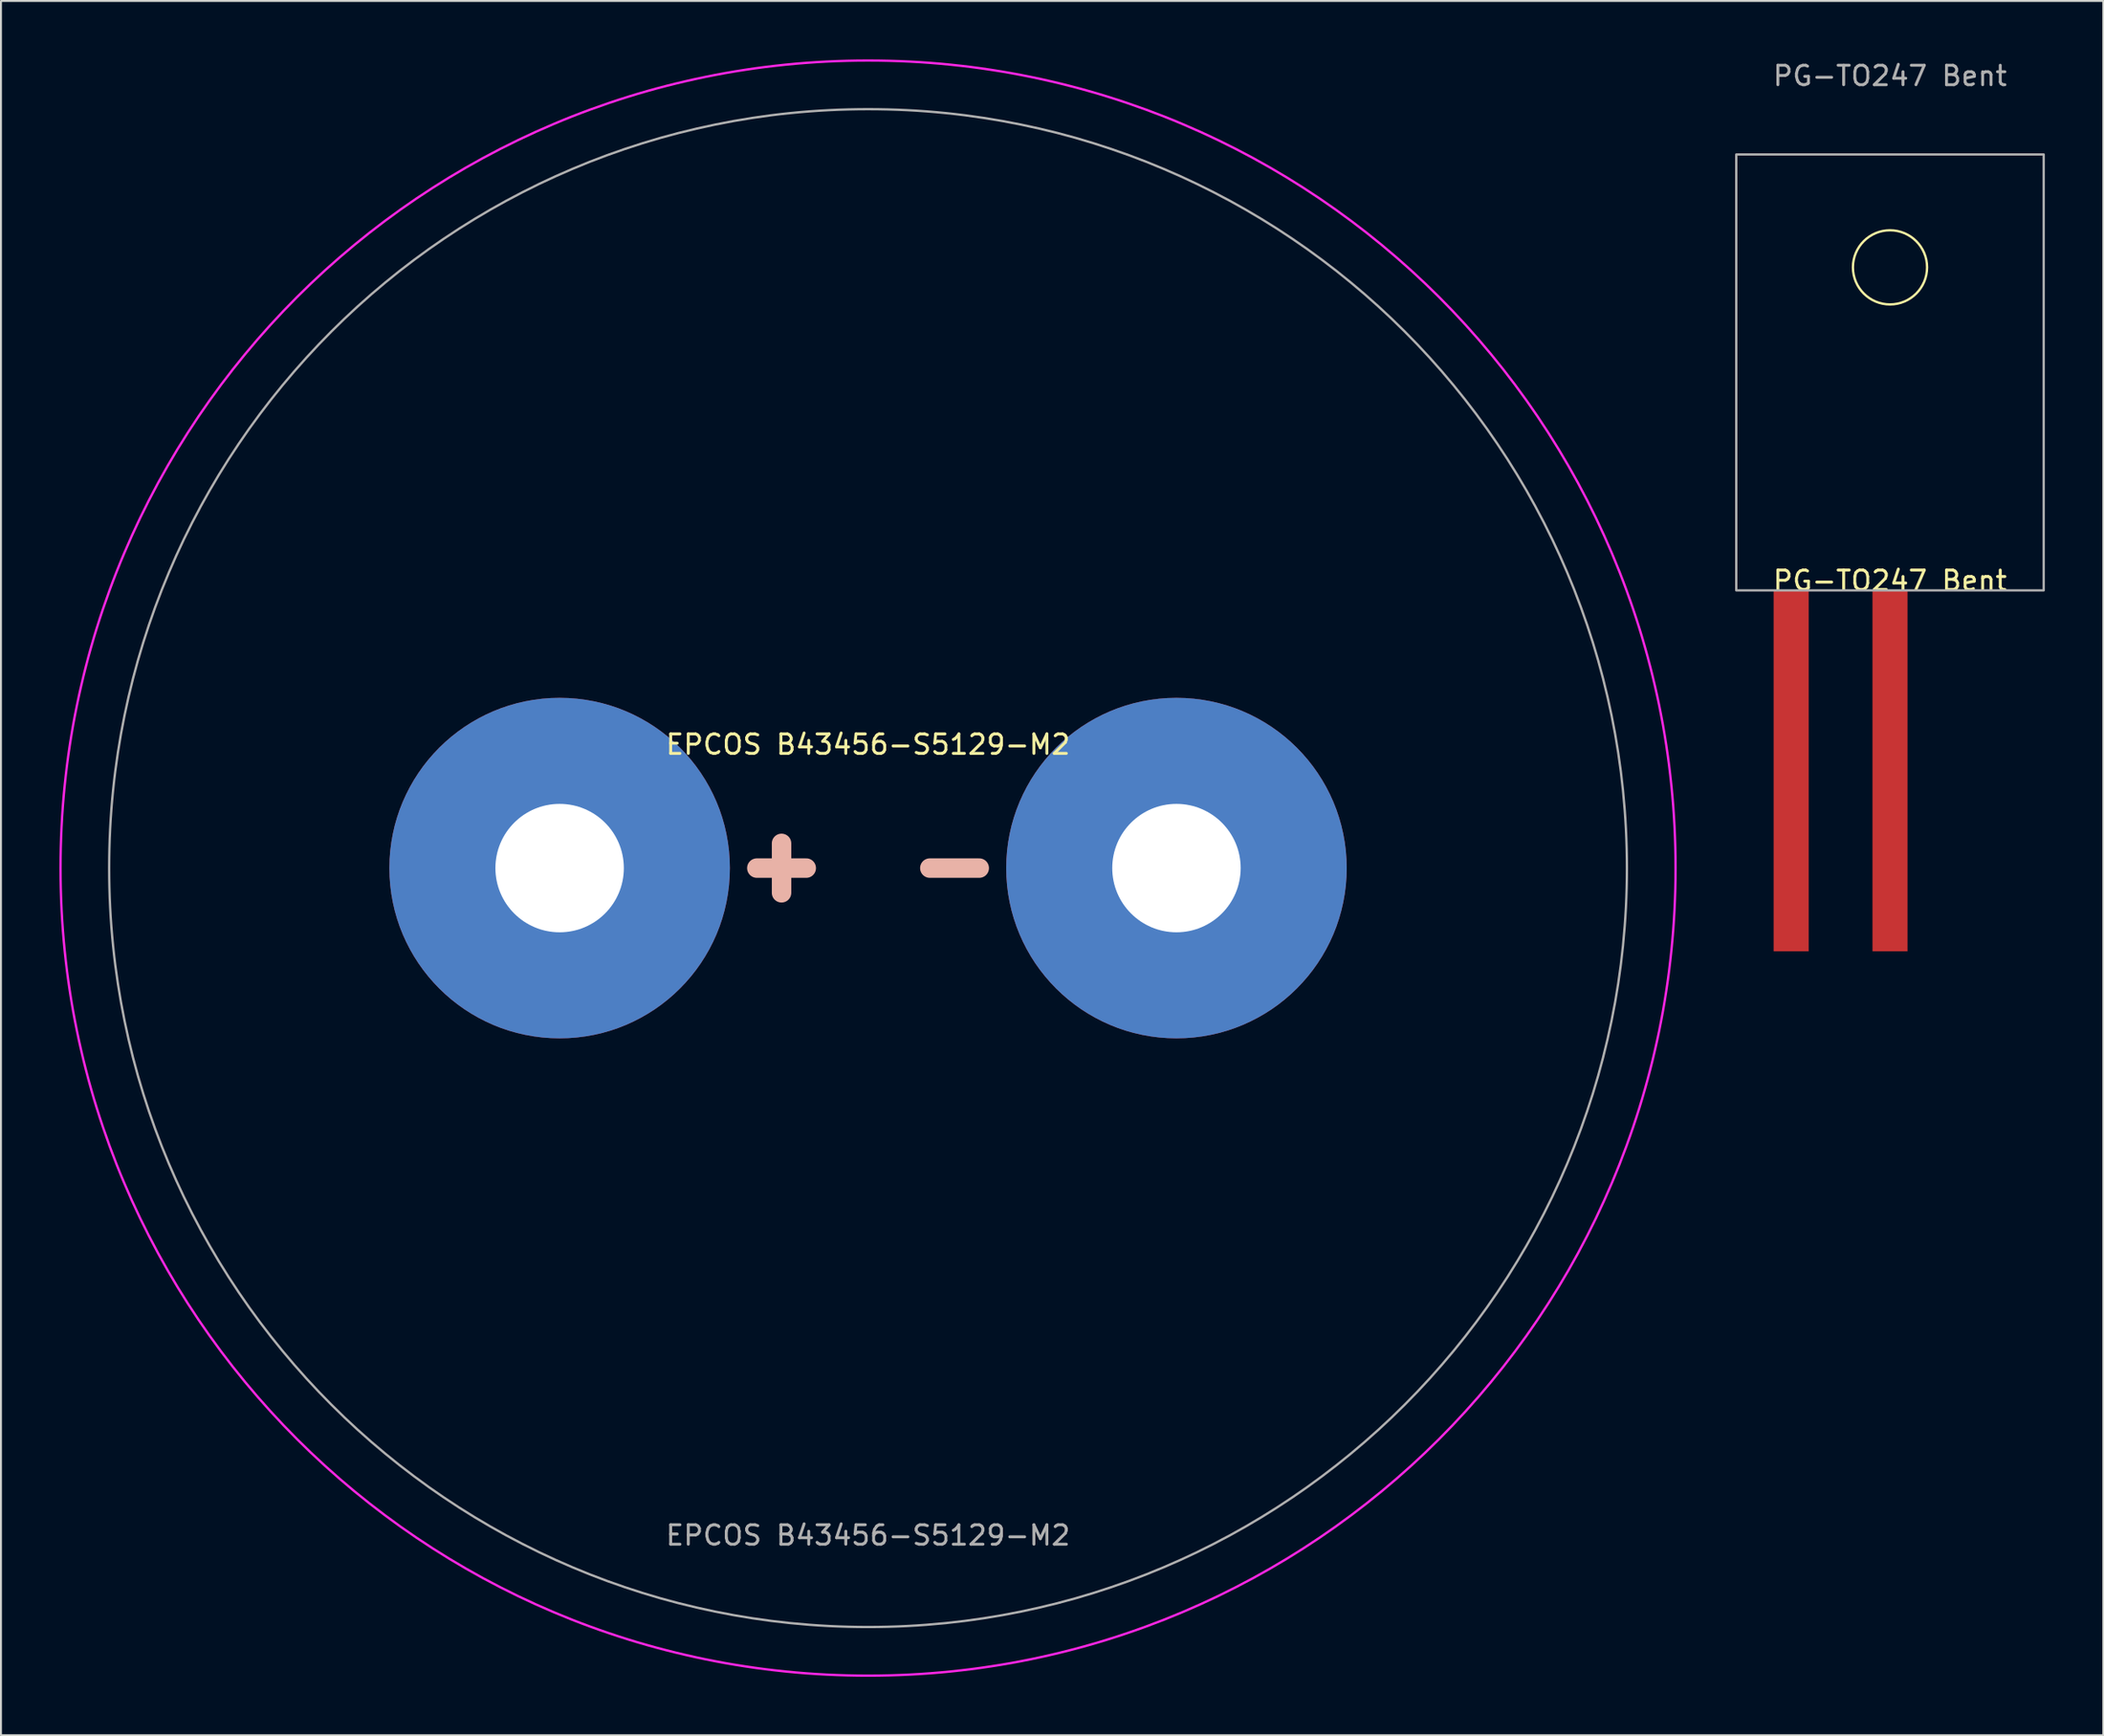
<source format=kicad_pcb>
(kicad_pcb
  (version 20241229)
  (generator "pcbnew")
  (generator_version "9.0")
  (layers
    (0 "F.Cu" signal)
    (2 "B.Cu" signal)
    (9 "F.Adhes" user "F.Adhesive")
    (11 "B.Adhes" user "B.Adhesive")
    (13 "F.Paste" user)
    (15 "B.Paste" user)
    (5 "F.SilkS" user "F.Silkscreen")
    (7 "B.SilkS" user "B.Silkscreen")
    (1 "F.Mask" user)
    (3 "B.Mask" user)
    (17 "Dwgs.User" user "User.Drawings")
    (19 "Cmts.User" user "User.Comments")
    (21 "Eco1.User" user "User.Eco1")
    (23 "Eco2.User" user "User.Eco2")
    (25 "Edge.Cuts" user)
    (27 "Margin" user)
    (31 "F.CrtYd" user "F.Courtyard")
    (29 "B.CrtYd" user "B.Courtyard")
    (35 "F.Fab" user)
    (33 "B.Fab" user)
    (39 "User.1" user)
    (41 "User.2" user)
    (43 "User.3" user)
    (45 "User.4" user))
  (footprint "PG-TO247 Bent"
    (layer "F.Cu")
    (at 94.08 27.288)
    (property "Reference" "PG-TO247 Bent" (at 0 -0.5 0) (unlocked yes) (layer "F.SilkS") (effects (font (size 1 1) (thickness 0.15))))
    (attr smd)
    (fp_circle (center 0 -16.6) (end 1.905 -16.6) (stroke (width 0.12) (type default)) (fill no) (layer "F.SilkS"))
    (fp_rect (start -7.9 -22.4) (end 7.9 0) (stroke (width 0.12) (type solid)) (fill no) (layer "F.Fab"))
    (fp_text user "${REFERENCE}" (at 0 -26.44 0) (unlocked yes) (layer "F.Fab") (effects (font (size 1 1) (thickness 0.15))))
    (pad "2" smd rect (at -5.08 9.275) (size 1.8 18.55) (layers "F.Cu" "F.Mask" "F.Paste"))
    (pad "3" smd rect (at 0 9.275) (size 1.8 18.55) (layers "F.Cu" "F.Mask" "F.Paste")))
  (footprint "EPCOS B43456-S5129-M2"
    (layer "F.Cu")
    (at 41.56 41.56)
    (property "Reference" "EPCOS B43456-S5129-M2" (at 0 -6.35 0) (unlocked yes) (layer "F.SilkS") (effects (font (size 1 1) (thickness 0.15))))
    (attr smd)
    (fp_line (start -5.715 0) (end -3.175 0) (stroke (width 1) (type solid)) (layer "B.SilkS"))
    (fp_line (start -4.445 1.27) (end -4.445 -1.27) (stroke (width 1) (type solid)) (layer "B.SilkS"))
    (fp_line (start 3.175 0) (end 5.715 0) (stroke (width 1) (type solid)) (layer "B.SilkS"))
    (fp_circle (center 0 0) (end 41.5 0) (stroke (width 0.12) (type solid)) (fill no) (layer "F.CrtYd"))
    (fp_circle (center 0 0) (end 39 0) (stroke (width 0.12) (type solid)) (fill no) (layer "F.Fab"))
    (fp_text user "${REFERENCE}" (at 0 34.29 0) (unlocked yes) (layer "F.Fab") (effects (font (size 1 1) (thickness 0.15))))
    (pad "1" thru_hole circle (at -15.85 0) (size 17.5 17.5) (drill 6.6) (layers "*.Cu" "*.Mask"))
    (pad "2" thru_hole circle (at 15.85 0) (size 17.5 17.5) (drill 6.6) (layers "*.Cu" "*.Mask")))
  (gr_rect
    (start -3 -3)
    (end 105.04 86.12)
    (stroke (width 0.1) (type default))
    (fill no)
    (layer "Edge.Cuts")))
</source>
